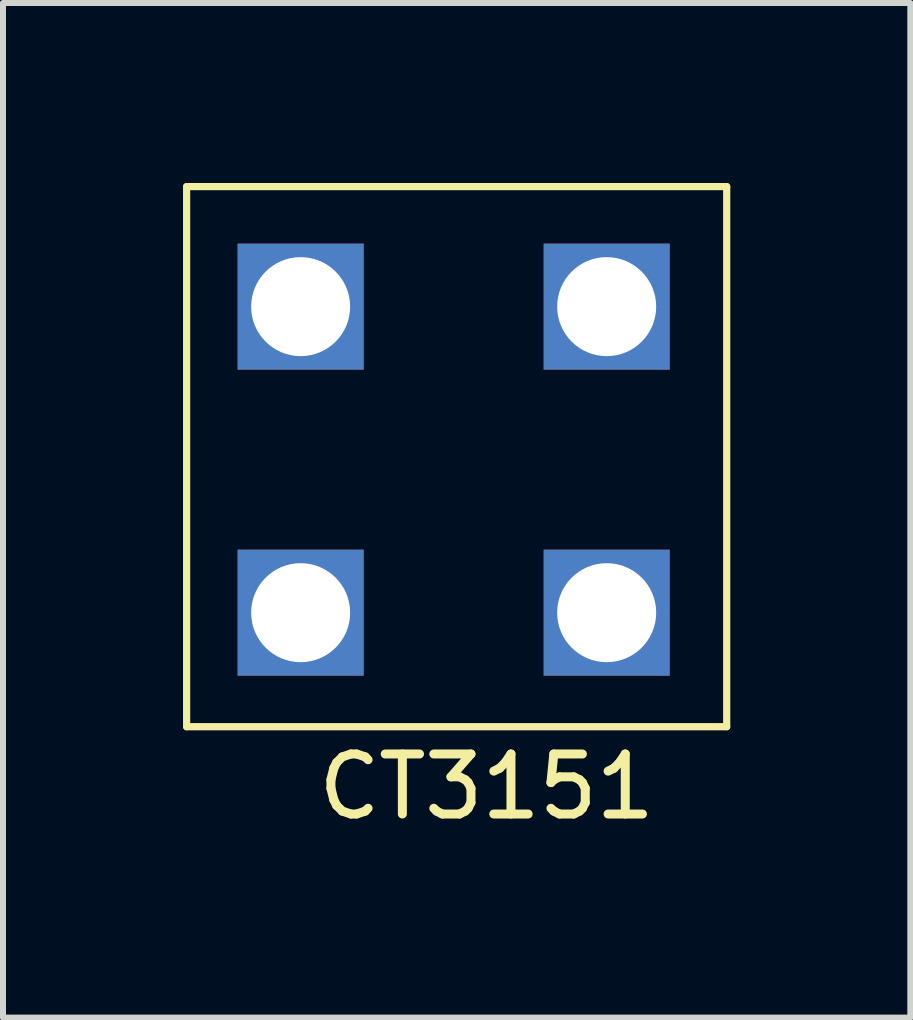
<source format=kicad_pcb>
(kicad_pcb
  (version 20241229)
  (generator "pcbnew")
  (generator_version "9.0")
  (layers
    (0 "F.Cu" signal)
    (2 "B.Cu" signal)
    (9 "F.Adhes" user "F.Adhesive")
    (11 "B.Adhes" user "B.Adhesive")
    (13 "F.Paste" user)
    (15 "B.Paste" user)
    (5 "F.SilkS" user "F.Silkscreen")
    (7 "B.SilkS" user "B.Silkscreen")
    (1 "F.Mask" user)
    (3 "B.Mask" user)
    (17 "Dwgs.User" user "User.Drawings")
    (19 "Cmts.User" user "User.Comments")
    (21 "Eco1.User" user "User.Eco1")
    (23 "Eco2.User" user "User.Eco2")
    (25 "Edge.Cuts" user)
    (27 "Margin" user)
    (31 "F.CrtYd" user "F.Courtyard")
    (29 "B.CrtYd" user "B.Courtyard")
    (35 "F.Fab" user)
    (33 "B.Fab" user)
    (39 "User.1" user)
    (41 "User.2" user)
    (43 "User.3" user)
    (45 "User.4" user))
  (footprint "CT3151"
    (layer "F.Cu")
    (at 5.06 5.06)
    (property "Reference" "CT3151" (at 0 5 0) (unlocked yes) (layer "F.SilkS") (effects (font (size 1 1) (thickness 0.15))))
    (attr through_hole)
    (fp_line (start -5 -5) (end -5 4) (stroke (width 0.12) (type default)) (layer "F.SilkS"))
    (fp_line (start -5 4) (end 4 4) (stroke (width 0.12) (type default)) (layer "F.SilkS"))
    (fp_line (start 4 -5) (end -5 -5) (stroke (width 0.12) (type default)) (layer "F.SilkS"))
    (fp_line (start 4 4) (end 4 -5) (stroke (width 0.12) (type default)) (layer "F.SilkS"))
    (pad "1" thru_hole rect (at -3.1 -3) (size 2.1 2.1) (drill 1.65) (layers "*.Cu" "*.Mask"))
    (pad "1" thru_hole rect (at -3.1 2.1) (size 2.1 2.1) (drill 1.65) (layers "*.Cu" "*.Mask"))
    (pad "1" thru_hole rect (at 2 -3) (size 2.1 2.1) (drill 1.65) (layers "*.Cu" "*.Mask"))
    (pad "1" thru_hole rect (at 2 2.1) (size 2.1 2.1) (drill 1.65) (layers "*.Cu" "*.Mask")))
  (gr_rect
    (start -3 -3)
    (end 12.12 13.908)
    (stroke (width 0.1) (type default))
    (fill no)
    (layer "Edge.Cuts")))
</source>
